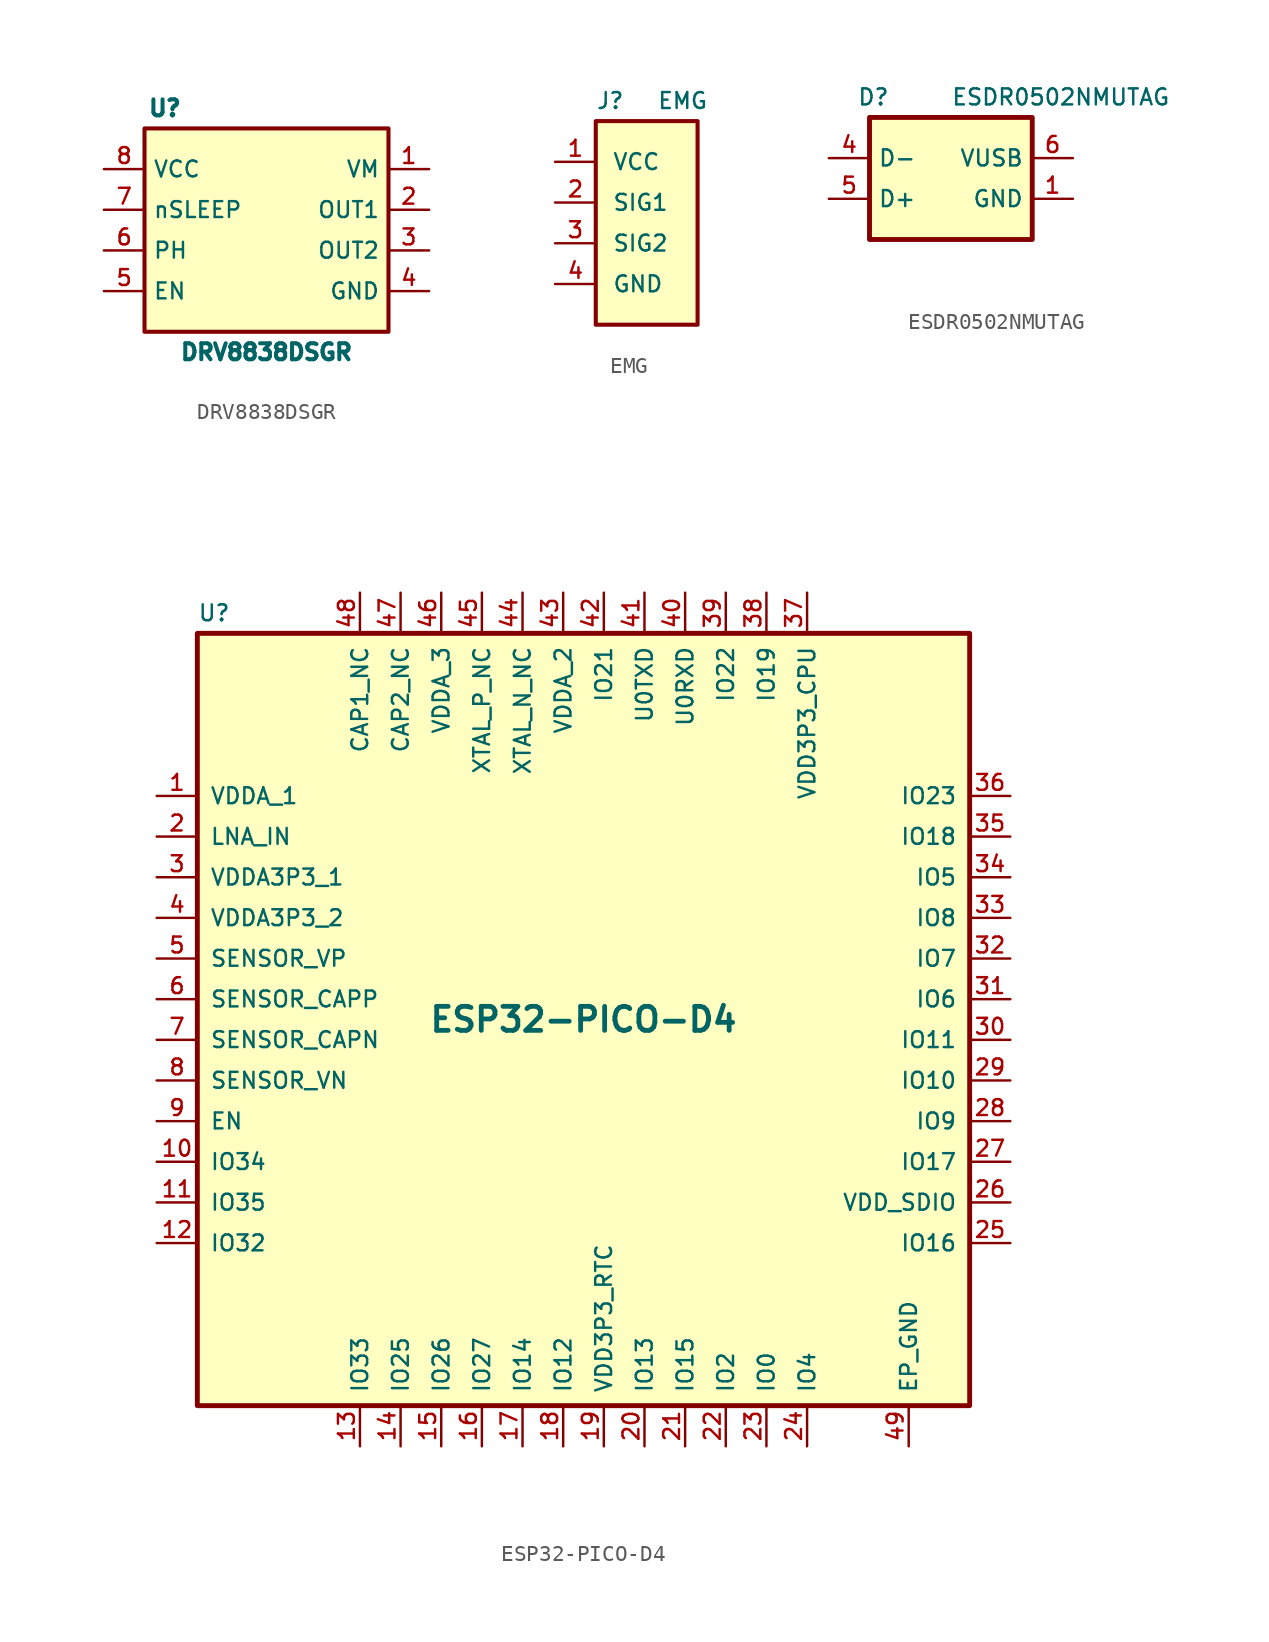
<source format=kicad_sym>
(kicad_symbol_lib
  (version 20201005)
  (generator kicad_symbol_editor)
  (symbol "HD_LibDB:DRV8838DSGR"
    (property "Reference" "U"
      (at -6.35 7.62 0)
      (effects (font (size 1 1) (thickness 32847.345))))
    (property "Value" "DRV8838DSGR"
      (at 0 -7.62 0)
      (effects (font (size 1 1) (thickness 32847.345))))
    (symbol "DRV8838DSGR_0_1"
      (rectangle (start -7.62 6.35) (end 7.62 -6.35) (stroke (width 0.254)) (fill (type background))))
    (symbol "DRV8838DSGR_1_1"
      (pin power_in line (at 10.16 3.81 180) (length 2.54) (name "VM" (effects (font (size 0.991 0.991)))) (number "1" (effects (font (size 0.991 0.991)))))
      (pin output line (at 10.16 1.27 180) (length 2.54) (name "OUT1" (effects (font (size 0.991 0.991)))) (number "2" (effects (font (size 0.991 0.991)))))
      (pin output line (at 10.16 -1.27 180) (length 2.54) (name "OUT2" (effects (font (size 0.991 0.991)))) (number "3" (effects (font (size 0.991 0.991)))))
      (pin power_in line (at 10.16 -3.81 180) (length 2.54) (name "GND" (effects (font (size 0.991 0.991)))) (number "4" (effects (font (size 0.991 0.991)))))
      (pin input line (at -10.16 -3.81 0) (length 2.54) (name "EN" (effects (font (size 0.991 0.991)))) (number "5" (effects (font (size 0.991 0.991)))))
      (pin input line (at -10.16 -1.27 0) (length 2.54) (name "PH" (effects (font (size 0.991 0.991)))) (number "6" (effects (font (size 0.991 0.991)))))
      (pin input line (at -10.16 1.27 0) (length 2.54) (name "nSLEEP" (effects (font (size 0.991 0.991)))) (number "7" (effects (font (size 0.991 0.991)))))
      (pin power_in line (at -10.16 3.81 0) (length 2.54) (name "VCC" (effects (font (size 0.991 0.991)))) (number "8" (effects (font (size 0.991 0.991)))))
      (pin power_in line (at 10.16 -3.81 180) (length 2.54) hide (name "GND" (effects (font (size 0.991 0.991)))) (number "9" (effects (font (size 0.991 0.991)))))))
  (symbol "HD_LibDB:EMG"
    (pin_names
      (offset 1.016))
    (property "Reference" "J"
      (at -2.54 8.89 0)
      (effects (font (size 0.991 0.991)) (justify left)))
    (property "Value" "EMG"
      (at 1.27 8.89 0)
      (effects (font (size 0.991 0.991)) (justify left)))
    (symbol "EMG_0_1"
      (rectangle (start -2.54 7.62) (end 3.81 -5.08) (stroke (width 0.254)) (fill (type background))))
    (symbol "EMG_1_1"
      (pin power_in line (at -5.08 5.08 0) (length 2.54) (name "VCC" (effects (font (size 0.991 0.991)))) (number "1" (effects (font (size 0.991 0.991)))))
      (pin bidirectional line (at -5.08 2.54 0) (length 2.54) (name "SIG1" (effects (font (size 0.991 0.991)))) (number "2" (effects (font (size 0.991 0.991)))))
      (pin bidirectional line (at -5.08 0 0) (length 2.54) (name "SIG2" (effects (font (size 0.991 0.991)))) (number "3" (effects (font (size 0.991 0.991)))))
      (pin power_in line (at -5.08 -2.54 0) (length 2.54) (name "GND" (effects (font (size 0.991 0.991)))) (number "4" (effects (font (size 0.991 0.991)))))))
  (symbol "HD_LibDB:ESDR0502NMUTAG"
    (property "Reference" "D"
      (at -2.54 5.08 0)
      (effects (font (size 1 1)) (justify right)))
    (property "Value" "ESDR0502NMUTAG"
      (at 1.27 5.08 0)
      (effects (font (size 1 1)) (justify left)))
    (symbol "ESDR0502NMUTAG_0_0"
      (pin passive line (at 2.54 -6.35 90) (length 2.54) hide (name "NC" (effects (font (size 0.991 0.991)))) (number "2" (effects (font (size 0.991 0.991))))))
    (symbol "ESDR0502NMUTAG_0_1"
      (rectangle (start -3.81 3.81) (end 6.35 -3.81) (stroke (width 0.305)) (fill (type background))))
    (symbol "ESDR0502NMUTAG_1_1"
      (pin power_in line (at 8.89 -1.27 180) (length 2.54) (name "GND" (effects (font (size 1 1)))) (number "1" (effects (font (size 1 1)))))
      (pin passive line (at 0 -6.35 90) (length 2.54) hide (name "NC" (effects (font (size 0.991 0.991)))) (number "3" (effects (font (size 0.991 0.991)))))
      (pin input line (at -6.35 1.27 0) (length 2.54) (name "D-" (effects (font (size 1 1)))) (number "4" (effects (font (size 1 1)))))
      (pin input line (at -6.35 -1.27 0) (length 2.54) (name "D+" (effects (font (size 1 1)))) (number "5" (effects (font (size 1 1)))))
      (pin power_in line (at 8.89 1.27 180) (length 2.54) (name "VUSB" (effects (font (size 1 1)))) (number "6" (effects (font (size 1 1)))))))
  (symbol "HD_LibDB:ESP32-PICO-D4"
    (pin_names
      (offset 0.762))
    (property "Reference" "U"
      (at -24.13 25.4 0)
      (effects (font (size 0.991 0.991)) (justify left)))
    (property "Value" "ESP32-PICO-D4"
      (at 0 0 0)
      (effects (font (size 1.499 1.499) bold)))
    (symbol "ESP32-PICO-D4_0_0"
      (pin power_in line (at -26.67 13.97 0) (length 2.54) (name "VDDA_1" (effects (font (size 0.991 0.991)))) (number "1" (effects (font (size 0.991 0.991)))))
      (pin bidirectional line (at -26.67 -8.89 0) (length 2.54) (name "IO34" (effects (font (size 0.991 0.991)))) (number "10" (effects (font (size 0.991 0.991)))))
      (pin bidirectional line (at -26.67 -11.43 0) (length 2.54) (name "IO35" (effects (font (size 0.991 0.991)))) (number "11" (effects (font (size 0.991 0.991)))))
      (pin bidirectional line (at -26.67 -13.97 0) (length 2.54) (name "IO32" (effects (font (size 0.991 0.991)))) (number "12" (effects (font (size 0.991 0.991)))))
      (pin bidirectional line (at -13.97 -26.67 90) (length 2.54) (name "IO33" (effects (font (size 0.991 0.991)))) (number "13" (effects (font (size 0.991 0.991)))))
      (pin bidirectional line (at -11.43 -26.67 90) (length 2.54) (name "IO25" (effects (font (size 0.991 0.991)))) (number "14" (effects (font (size 0.991 0.991)))))
      (pin bidirectional line (at -8.89 -26.67 90) (length 2.54) (name "IO26" (effects (font (size 0.991 0.991)))) (number "15" (effects (font (size 0.991 0.991)))))
      (pin bidirectional line (at -6.35 -26.67 90) (length 2.54) (name "IO27" (effects (font (size 0.991 0.991)))) (number "16" (effects (font (size 0.991 0.991)))))
      (pin bidirectional line (at -3.81 -26.67 90) (length 2.54) (name "IO14" (effects (font (size 0.991 0.991)))) (number "17" (effects (font (size 0.991 0.991)))))
      (pin bidirectional line (at -1.27 -26.67 90) (length 2.54) (name "IO12" (effects (font (size 0.991 0.991)))) (number "18" (effects (font (size 0.991 0.991)))))
      (pin power_in line (at 1.27 -26.67 90) (length 2.54) (name "VDD3P3_RTC" (effects (font (size 0.991 0.991)))) (number "19" (effects (font (size 0.991 0.991)))))
      (pin bidirectional line (at -26.67 11.43 0) (length 2.54) (name "LNA_IN" (effects (font (size 0.991 0.991)))) (number "2" (effects (font (size 0.991 0.991)))))
      (pin bidirectional line (at 3.81 -26.67 90) (length 2.54) (name "IO13" (effects (font (size 0.991 0.991)))) (number "20" (effects (font (size 0.991 0.991)))))
      (pin bidirectional line (at 6.35 -26.67 90) (length 2.54) (name "IO15" (effects (font (size 0.991 0.991)))) (number "21" (effects (font (size 0.991 0.991)))))
      (pin bidirectional line (at 8.89 -26.67 90) (length 2.54) (name "IO2" (effects (font (size 0.991 0.991)))) (number "22" (effects (font (size 0.991 0.991)))))
      (pin bidirectional line (at 11.43 -26.67 90) (length 2.54) (name "IO0" (effects (font (size 0.991 0.991)))) (number "23" (effects (font (size 0.991 0.991)))))
      (pin bidirectional line (at 13.97 -26.67 90) (length 2.54) (name "IO4" (effects (font (size 0.991 0.991)))) (number "24" (effects (font (size 0.991 0.991)))))
      (pin bidirectional line (at 26.67 -13.97 180) (length 2.54) (name "IO16" (effects (font (size 0.991 0.991)))) (number "25" (effects (font (size 0.991 0.991)))))
      (pin power_in line (at 26.67 -11.43 180) (length 2.54) (name "VDD_SDIO" (effects (font (size 0.991 0.991)))) (number "26" (effects (font (size 0.991 0.991)))))
      (pin bidirectional line (at 26.67 -8.89 180) (length 2.54) (name "IO17" (effects (font (size 0.991 0.991)))) (number "27" (effects (font (size 0.991 0.991)))))
      (pin bidirectional line (at 26.67 -6.35 180) (length 2.54) (name "IO9" (effects (font (size 0.991 0.991)))) (number "28" (effects (font (size 0.991 0.991)))))
      (pin bidirectional line (at 26.67 -3.81 180) (length 2.54) (name "IO10" (effects (font (size 0.991 0.991)))) (number "29" (effects (font (size 0.991 0.991)))))
      (pin power_in line (at -26.67 8.89 0) (length 2.54) (name "VDDA3P3_1" (effects (font (size 0.991 0.991)))) (number "3" (effects (font (size 0.991 0.991)))))
      (pin bidirectional line (at 26.67 -1.27 180) (length 2.54) (name "IO11" (effects (font (size 0.991 0.991)))) (number "30" (effects (font (size 0.991 0.991)))))
      (pin bidirectional line (at 26.67 1.27 180) (length 2.54) (name "IO6" (effects (font (size 0.991 0.991)))) (number "31" (effects (font (size 0.991 0.991)))))
      (pin bidirectional line (at 26.67 3.81 180) (length 2.54) (name "IO7" (effects (font (size 0.991 0.991)))) (number "32" (effects (font (size 0.991 0.991)))))
      (pin bidirectional line (at 26.67 6.35 180) (length 2.54) (name "IO8" (effects (font (size 0.991 0.991)))) (number "33" (effects (font (size 0.991 0.991)))))
      (pin bidirectional line (at 26.67 8.89 180) (length 2.54) (name "IO5" (effects (font (size 0.991 0.991)))) (number "34" (effects (font (size 0.991 0.991)))))
      (pin bidirectional line (at 26.67 11.43 180) (length 2.54) (name "IO18" (effects (font (size 0.991 0.991)))) (number "35" (effects (font (size 0.991 0.991)))))
      (pin bidirectional line (at 26.67 13.97 180) (length 2.54) (name "IO23" (effects (font (size 0.991 0.991)))) (number "36" (effects (font (size 0.991 0.991)))))
      (pin power_in line (at 13.97 26.67 270) (length 2.54) (name "VDD3P3_CPU" (effects (font (size 0.991 0.991)))) (number "37" (effects (font (size 0.991 0.991)))))
      (pin bidirectional line (at 11.43 26.67 270) (length 2.54) (name "IO19" (effects (font (size 0.991 0.991)))) (number "38" (effects (font (size 0.991 0.991)))))
      (pin bidirectional line (at 8.89 26.67 270) (length 2.54) (name "IO22" (effects (font (size 0.991 0.991)))) (number "39" (effects (font (size 0.991 0.991)))))
      (pin power_in line (at -26.67 6.35 0) (length 2.54) (name "VDDA3P3_2" (effects (font (size 0.991 0.991)))) (number "4" (effects (font (size 0.991 0.991)))))
      (pin bidirectional line (at 6.35 26.67 270) (length 2.54) (name "U0RXD" (effects (font (size 0.991 0.991)))) (number "40" (effects (font (size 0.991 0.991)))))
      (pin bidirectional line (at 3.81 26.67 270) (length 2.54) (name "U0TXD" (effects (font (size 0.991 0.991)))) (number "41" (effects (font (size 0.991 0.991)))))
      (pin bidirectional line (at 1.27 26.67 270) (length 2.54) (name "IO21" (effects (font (size 0.991 0.991)))) (number "42" (effects (font (size 0.991 0.991)))))
      (pin power_in line (at -1.27 26.67 270) (length 2.54) (name "VDDA_2" (effects (font (size 0.991 0.991)))) (number "43" (effects (font (size 0.991 0.991)))))
      (pin bidirectional line (at -3.81 26.67 270) (length 2.54) (name "XTAL_N_NC" (effects (font (size 0.991 0.991)))) (number "44" (effects (font (size 0.991 0.991)))))
      (pin bidirectional line (at -6.35 26.67 270) (length 2.54) (name "XTAL_P_NC" (effects (font (size 0.991 0.991)))) (number "45" (effects (font (size 0.991 0.991)))))
      (pin power_in line (at -8.89 26.67 270) (length 2.54) (name "VDDA_3" (effects (font (size 0.991 0.991)))) (number "46" (effects (font (size 0.991 0.991)))))
      (pin bidirectional line (at -11.43 26.67 270) (length 2.54) (name "CAP2_NC" (effects (font (size 0.991 0.991)))) (number "47" (effects (font (size 0.991 0.991)))))
      (pin bidirectional line (at -13.97 26.67 270) (length 2.54) (name "CAP1_NC" (effects (font (size 0.991 0.991)))) (number "48" (effects (font (size 0.991 0.991)))))
      (pin power_in line (at 20.32 -26.67 90) (length 2.54) (name "EP_GND" (effects (font (size 0.991 0.991)))) (number "49" (effects (font (size 0.991 0.991)))))
      (pin bidirectional line (at -26.67 3.81 0) (length 2.54) (name "SENSOR_VP" (effects (font (size 0.991 0.991)))) (number "5" (effects (font (size 0.991 0.991)))))
      (pin bidirectional line (at -26.67 1.27 0) (length 2.54) (name "SENSOR_CAPP" (effects (font (size 0.991 0.991)))) (number "6" (effects (font (size 0.991 0.991)))))
      (pin bidirectional line (at -26.67 -1.27 0) (length 2.54) (name "SENSOR_CAPN" (effects (font (size 0.991 0.991)))) (number "7" (effects (font (size 0.991 0.991)))))
      (pin bidirectional line (at -26.67 -3.81 0) (length 2.54) (name "SENSOR_VN" (effects (font (size 0.991 0.991)))) (number "8" (effects (font (size 0.991 0.991)))))
      (pin bidirectional line (at -26.67 -6.35 0) (length 2.54) (name "EN" (effects (font (size 0.991 0.991)))) (number "9" (effects (font (size 0.991 0.991))))))
    (symbol "ESP32-PICO-D4_0_1"
      (rectangle (start -24.13 24.13) (end 24.13 -24.13) (stroke (width 0.305)) (fill (type background))))))
</source>
